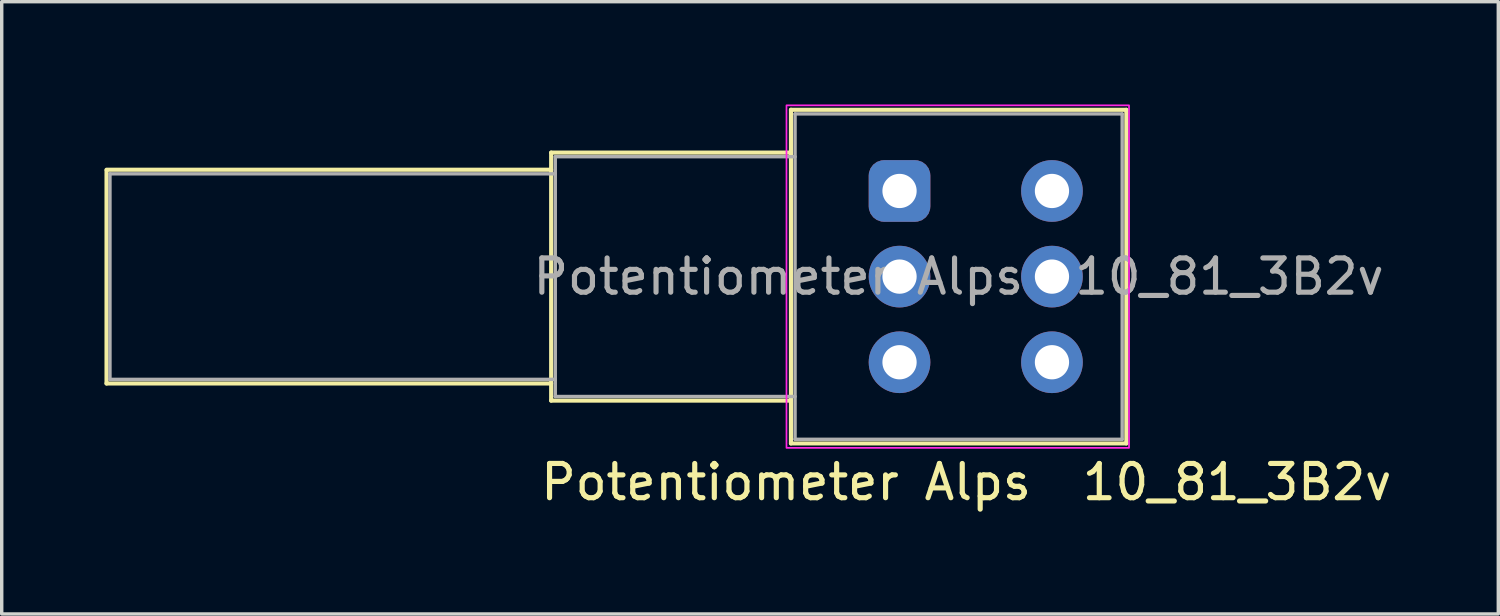
<source format=kicad_pcb>
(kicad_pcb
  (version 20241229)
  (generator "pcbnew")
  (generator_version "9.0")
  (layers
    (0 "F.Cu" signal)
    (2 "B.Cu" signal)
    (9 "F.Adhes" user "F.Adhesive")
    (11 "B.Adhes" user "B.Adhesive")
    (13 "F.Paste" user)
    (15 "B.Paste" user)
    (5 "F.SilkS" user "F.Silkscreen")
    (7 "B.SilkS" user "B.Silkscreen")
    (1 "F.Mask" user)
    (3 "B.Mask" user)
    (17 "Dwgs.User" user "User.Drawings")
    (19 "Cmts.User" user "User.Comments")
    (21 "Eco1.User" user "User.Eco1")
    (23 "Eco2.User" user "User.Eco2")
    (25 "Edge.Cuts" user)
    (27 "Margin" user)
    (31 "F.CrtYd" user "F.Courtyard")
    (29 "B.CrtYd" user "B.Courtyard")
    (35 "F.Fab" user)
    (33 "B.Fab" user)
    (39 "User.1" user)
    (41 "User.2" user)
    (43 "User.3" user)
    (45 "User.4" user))
  (footprint "Potentiometer Alps  10_81_3B2v"
    (layer "F.Cu")
    (at 25.16 2.525)
    (property "Reference" "Potentiometer Alps  10_81_3B2v" (at 0 8.5 180) (layer "F.SilkS") (effects (font (size 1 1) (thickness 0.15))))
    (attr through_hole)
    (fp_line (start -25.1 5.62) (end -25.1 -0.6) (stroke (width 0.12) (type solid)) (layer "F.SilkS"))
    (fp_line (start -12.12 -0.62) (end -25.1 -0.62) (stroke (width 0.12) (type solid)) (layer "F.SilkS"))
    (fp_line (start -12.12 5.62) (end -25.1 5.62) (stroke (width 0.12) (type solid)) (layer "F.SilkS"))
    (fp_line (start -12.12 6.12) (end -12.12 -1.12) (stroke (width 0.12) (type solid)) (layer "F.SilkS"))
    (fp_line (start -5.12 -1.12) (end -12.12 -1.12) (stroke (width 0.12) (type solid)) (layer "F.SilkS"))
    (fp_line (start -5.12 6.12) (end -12.12 6.12) (stroke (width 0.12) (type solid)) (layer "F.SilkS"))
    (fp_line (start -5.12 7.37) (end -5.12 -2.37) (stroke (width 0.12) (type solid)) (layer "F.SilkS"))
    (fp_line (start 4.671 -2.37) (end -5.12 -2.37) (stroke (width 0.12) (type solid)) (layer "F.SilkS"))
    (fp_line (start 4.671 7.37) (end -5.12 7.37) (stroke (width 0.12) (type solid)) (layer "F.SilkS"))
    (fp_line (start 4.671 7.37) (end 4.671 -2.37) (stroke (width 0.12) (type solid)) (layer "F.SilkS"))
    (fp_rect (start 4.75 -2.5) (end -5.25 7.5) (stroke (width 0.05) (type default)) (fill no) (layer "F.CrtYd"))
    (fp_line (start -25 -0.5) (end -25 5.5) (stroke (width 0.1) (type solid)) (layer "F.Fab"))
    (fp_line (start -25 5.5) (end -12 5.5) (stroke (width 0.1) (type solid)) (layer "F.Fab"))
    (fp_line (start -12 -1) (end -12 6) (stroke (width 0.1) (type solid)) (layer "F.Fab"))
    (fp_line (start -12 -0.5) (end -25 -0.5) (stroke (width 0.1) (type solid)) (layer "F.Fab"))
    (fp_line (start -12 6) (end -5 6) (stroke (width 0.1) (type solid)) (layer "F.Fab"))
    (fp_line (start -5 -2.25) (end -5 7.25) (stroke (width 0.1) (type solid)) (layer "F.Fab"))
    (fp_line (start -5 -1) (end -12 -1) (stroke (width 0.1) (type solid)) (layer "F.Fab"))
    (fp_line (start -5 7.25) (end 4.55 7.25) (stroke (width 0.1) (type solid)) (layer "F.Fab"))
    (fp_line (start 4.55 -2.25) (end -5 -2.25) (stroke (width 0.1) (type solid)) (layer "F.Fab"))
    (fp_line (start 4.55 7.25) (end 4.55 -2.25) (stroke (width 0.1) (type solid)) (layer "F.Fab"))
    (fp_text user "${REFERENCE}" (at -0.225 2.5 180) (layer "F.Fab") (effects (font (size 1 1) (thickness 0.15))))
    (pad "1" thru_hole roundrect (at -1.95 0 180) (size 1.8 1.8) (drill 1) (layers "*.Cu" "*.Mask") (roundrect_rratio 0.25))
    (pad "2" thru_hole circle (at -1.95 2.5 180) (size 1.8 1.8) (drill 1) (layers "*.Cu" "*.Mask"))
    (pad "3" thru_hole circle (at -1.95 5 180) (size 1.8 1.8) (drill 1) (layers "*.Cu" "*.Mask"))
    (pad "4" thru_hole circle (at 2.5 0 180) (size 1.8 1.8) (drill 1) (layers "*.Cu" "*.Mask"))
    (pad "5" thru_hole circle (at 2.5 2.5 180) (size 1.8 1.8) (drill 1) (layers "*.Cu" "*.Mask"))
    (pad "6" thru_hole circle (at 2.5 5 180) (size 1.8 1.8) (drill 1) (layers "*.Cu" "*.Mask")))
  (gr_rect
    (start -3 -3)
    (end 40.69 14.873)
    (stroke (width 0.1) (type default))
    (fill no)
    (layer "Edge.Cuts")))
</source>
